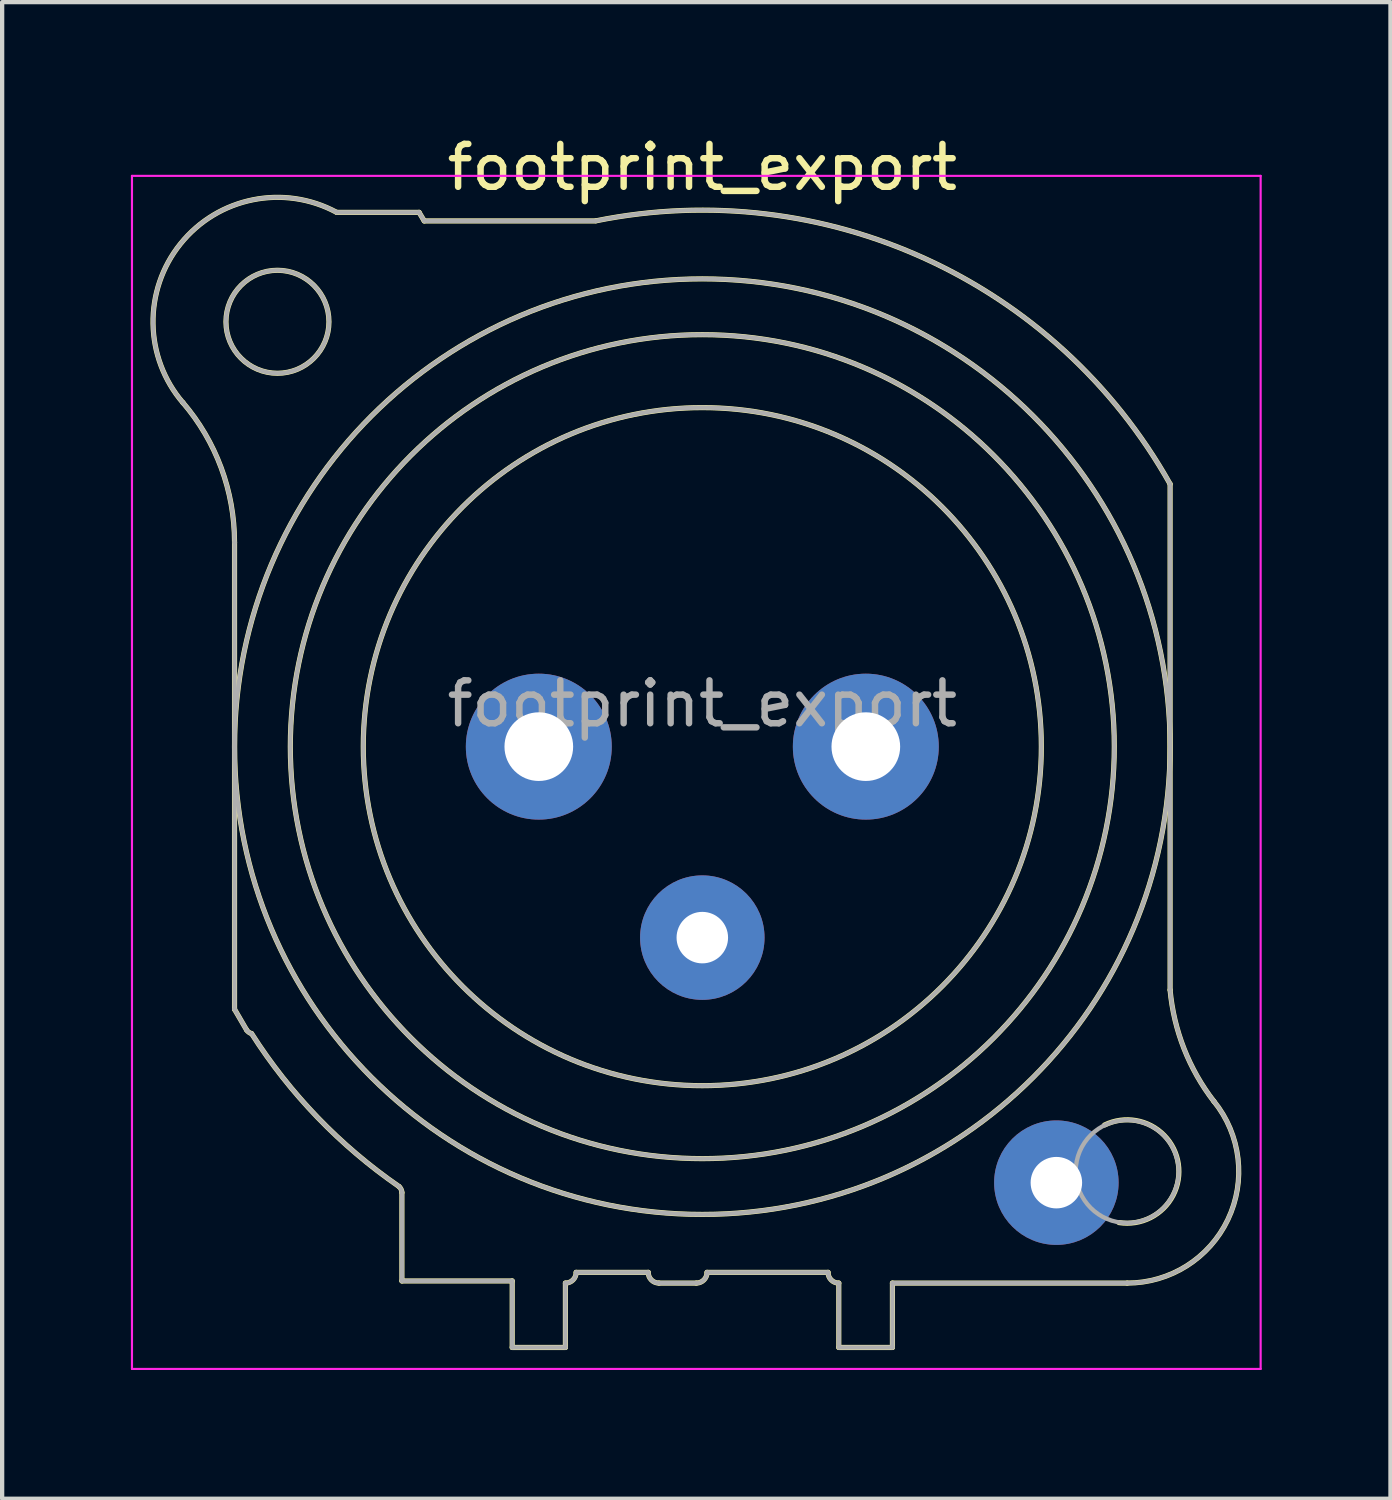
<source format=kicad_pcb>
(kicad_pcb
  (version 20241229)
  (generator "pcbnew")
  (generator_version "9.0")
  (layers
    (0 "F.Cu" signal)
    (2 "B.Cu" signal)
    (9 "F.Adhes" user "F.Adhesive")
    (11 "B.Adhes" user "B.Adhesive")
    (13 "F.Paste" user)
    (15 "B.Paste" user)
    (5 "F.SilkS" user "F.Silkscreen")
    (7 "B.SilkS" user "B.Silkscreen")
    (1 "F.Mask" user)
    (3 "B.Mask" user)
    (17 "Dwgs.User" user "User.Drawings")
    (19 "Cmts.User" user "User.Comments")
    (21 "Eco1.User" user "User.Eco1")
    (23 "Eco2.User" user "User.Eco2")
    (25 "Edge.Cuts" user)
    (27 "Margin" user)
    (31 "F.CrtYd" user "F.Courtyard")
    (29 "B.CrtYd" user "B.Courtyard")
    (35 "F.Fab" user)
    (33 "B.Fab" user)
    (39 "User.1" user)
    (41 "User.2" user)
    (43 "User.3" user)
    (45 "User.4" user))
  (footprint "footprint_export"
    (layer "F.Cu")
    (at 17.125 14.348)
    (property "Reference" "footprint_export" (at -3.81 -13.5 0) (layer "F.SilkS") (effects (font (size 1 1) (thickness 0.15))))
    (attr through_hole)
    (fp_line (start -14.71 -4.76) (end -14.71 6.12) (stroke (width 0.12) (type solid)) (layer "F.SilkS"))
    (fp_line (start -14.71 6.12) (end -14.43 6.6) (stroke (width 0.12) (type solid)) (layer "F.SilkS"))
    (fp_line (start -10.81 10.39) (end -10.81 12.45) (stroke (width 0.12) (type solid)) (layer "F.SilkS"))
    (fp_line (start -10.81 12.45) (end -8.24 12.45) (stroke (width 0.12) (type solid)) (layer "F.SilkS"))
    (fp_line (start -10.41 -12.45) (end -12.33 -12.45) (stroke (width 0.12) (type solid)) (layer "F.SilkS"))
    (fp_line (start -10.29 -12.25) (end -10.41 -12.45) (stroke (width 0.12) (type solid)) (layer "F.SilkS"))
    (fp_line (start -8.24 12.45) (end -8.24 14) (stroke (width 0.12) (type solid)) (layer "F.SilkS"))
    (fp_line (start -7 14) (end -8.24 14) (stroke (width 0.12) (type solid)) (layer "F.SilkS"))
    (fp_line (start -7 14) (end -7 12.5) (stroke (width 0.12) (type solid)) (layer "F.SilkS"))
    (fp_line (start -6.75 12.25) (end -5.07 12.25) (stroke (width 0.12) (type solid)) (layer "F.SilkS"))
    (fp_line (start -6.3 -12.25) (end -10.29 -12.25) (stroke (width 0.12) (type solid)) (layer "F.SilkS"))
    (fp_line (start -4.82 12.5) (end -3.95 12.5) (stroke (width 0.12) (type solid)) (layer "F.SilkS"))
    (fp_line (start -3.7 12.25) (end -0.88 12.25) (stroke (width 0.12) (type solid)) (layer "F.SilkS"))
    (fp_line (start -0.63 12.5) (end -0.63 14) (stroke (width 0.12) (type solid)) (layer "F.SilkS"))
    (fp_line (start 0.62 12.5) (end 6.09 12.5) (stroke (width 0.12) (type solid)) (layer "F.SilkS"))
    (fp_line (start 0.62 14) (end -0.63 14) (stroke (width 0.12) (type solid)) (layer "F.SilkS"))
    (fp_line (start 0.62 14) (end 0.62 12.5) (stroke (width 0.12) (type solid)) (layer "F.SilkS"))
    (fp_line (start 7.09 5.67) (end 7.09 -6.12) (stroke (width 0.12) (type solid)) (layer "F.SilkS"))
    (fp_arc (start -15.916051 -8.020379) (mid -15.021177 -6.498148) (end -14.71 -4.76) (stroke (width 0.12) (type solid)) (layer "F.SilkS"))
    (fp_arc (start -15.908884 -8.010077) (mid -15.967404 -11.719623) (end -12.33 -12.45) (stroke (width 0.12) (type solid)) (layer "F.SilkS"))
    (fp_arc (start -14.313753 6.685219) (mid -14.379716 6.653303) (end -14.43 6.6) (stroke (width 0.12) (type solid)) (layer "F.SilkS"))
    (fp_arc (start -10.879208 10.248532) (mid -12.772983 8.641241) (end -14.31 6.69) (stroke (width 0.12) (type solid)) (layer "F.SilkS"))
    (fp_arc (start -10.874359 10.252686) (mid -10.828679 10.315015) (end -10.81 10.39) (stroke (width 0.12) (type solid)) (layer "F.SilkS"))
    (fp_arc (start -6.75 12.25) (mid -6.823223 12.426777) (end -7 12.5) (stroke (width 0.12) (type solid)) (layer "F.SilkS"))
    (fp_arc (start -6.283571 -12.253402) (mid 1.401126 -11.362596) (end 7.09 -6.12) (stroke (width 0.12) (type solid)) (layer "F.SilkS"))
    (fp_arc (start -4.82 12.5) (mid -4.996777 12.426777) (end -5.07 12.25) (stroke (width 0.12) (type solid)) (layer "F.SilkS"))
    (fp_arc (start -3.7 12.25) (mid -3.773223 12.426777) (end -3.95 12.5) (stroke (width 0.12) (type solid)) (layer "F.SilkS"))
    (fp_arc (start -0.63 12.5) (mid -0.806777 12.426777) (end -0.88 12.25) (stroke (width 0.12) (type solid)) (layer "F.SilkS"))
    (fp_arc (start 5.563083 8.81623) (mid 7.282057 9.723366) (end 5.9 11.09) (stroke (width 0.12) (type solid)) (layer "F.SilkS"))
    (fp_arc (start 8.110579 8.263767) (mid 8.436721 11.019329) (end 6.09 12.5) (stroke (width 0.12) (type solid)) (layer "F.SilkS"))
    (fp_arc (start 8.111727 8.266808) (mid 7.416073 7.041111) (end 7.09 5.67) (stroke (width 0.12) (type solid)) (layer "F.SilkS"))
    (fp_circle (center -13.71 -9.9) (end -12.51 -9.9) (stroke (width 0.12) (type solid)) (fill no) (layer "F.SilkS"))
    (fp_circle (center -3.81 0) (end 4.09 0) (stroke (width 0.12) (type solid)) (fill no) (layer "F.SilkS"))
    (fp_circle (center -3.81 0) (end 5.79 0) (stroke (width 0.12) (type solid)) (fill no) (layer "F.SilkS"))
    (fp_circle (center -3.81 0) (end 7.09 0) (stroke (width 0.12) (type solid)) (fill no) (layer "F.SilkS"))
    (fp_line (start -17.1 -13.3) (end 9.2 -13.3) (stroke (width 0.05) (type solid)) (layer "F.CrtYd"))
    (fp_line (start -17.1 14.5) (end -17.1 -13.3) (stroke (width 0.05) (type solid)) (layer "F.CrtYd"))
    (fp_line (start 9.2 -13.3) (end 9.2 14.5) (stroke (width 0.05) (type solid)) (layer "F.CrtYd"))
    (fp_line (start 9.2 14.5) (end -17.1 14.5) (stroke (width 0.05) (type solid)) (layer "F.CrtYd"))
    (fp_line (start -14.71 -4.76) (end -14.71 6.12) (stroke (width 0.1) (type solid)) (layer "F.Fab"))
    (fp_line (start -14.71 6.12) (end -14.43 6.6) (stroke (width 0.1) (type solid)) (layer "F.Fab"))
    (fp_line (start -10.81 10.39) (end -10.81 12.45) (stroke (width 0.1) (type solid)) (layer "F.Fab"))
    (fp_line (start -10.81 12.45) (end -8.24 12.45) (stroke (width 0.1) (type solid)) (layer "F.Fab"))
    (fp_line (start -10.41 -12.45) (end -12.33 -12.45) (stroke (width 0.1) (type solid)) (layer "F.Fab"))
    (fp_line (start -10.29 -12.25) (end -10.41 -12.45) (stroke (width 0.1) (type solid)) (layer "F.Fab"))
    (fp_line (start -8.24 12.45) (end -8.24 14) (stroke (width 0.1) (type solid)) (layer "F.Fab"))
    (fp_line (start -7 14) (end -8.24 14) (stroke (width 0.1) (type solid)) (layer "F.Fab"))
    (fp_line (start -7 14) (end -7 12.5) (stroke (width 0.1) (type solid)) (layer "F.Fab"))
    (fp_line (start -6.75 12.25) (end -5.07 12.25) (stroke (width 0.1) (type solid)) (layer "F.Fab"))
    (fp_line (start -6.3 -12.25) (end -10.29 -12.25) (stroke (width 0.1) (type solid)) (layer "F.Fab"))
    (fp_line (start -4.82 12.5) (end -3.95 12.5) (stroke (width 0.1) (type solid)) (layer "F.Fab"))
    (fp_line (start -3.7 12.25) (end -0.88 12.25) (stroke (width 0.1) (type solid)) (layer "F.Fab"))
    (fp_line (start -0.63 12.5) (end -0.63 14) (stroke (width 0.1) (type solid)) (layer "F.Fab"))
    (fp_line (start 0.62 12.5) (end 6.09 12.5) (stroke (width 0.1) (type solid)) (layer "F.Fab"))
    (fp_line (start 0.62 14) (end -0.63 14) (stroke (width 0.1) (type solid)) (layer "F.Fab"))
    (fp_line (start 0.62 14) (end 0.62 12.5) (stroke (width 0.1) (type solid)) (layer "F.Fab"))
    (fp_line (start 7.09 5.67) (end 7.09 -6.12) (stroke (width 0.1) (type solid)) (layer "F.Fab"))
    (fp_arc (start -15.916051 -8.020379) (mid -15.021177 -6.498148) (end -14.71 -4.76) (stroke (width 0.1) (type solid)) (layer "F.Fab"))
    (fp_arc (start -15.908884 -8.010077) (mid -15.967404 -11.719623) (end -12.33 -12.45) (stroke (width 0.1) (type solid)) (layer "F.Fab"))
    (fp_arc (start -14.313753 6.685219) (mid -14.379716 6.653303) (end -14.43 6.6) (stroke (width 0.1) (type solid)) (layer "F.Fab"))
    (fp_arc (start -10.879208 10.248532) (mid -12.772983 8.641241) (end -14.31 6.69) (stroke (width 0.1) (type solid)) (layer "F.Fab"))
    (fp_arc (start -10.874359 10.252686) (mid -10.828679 10.315015) (end -10.81 10.39) (stroke (width 0.1) (type solid)) (layer "F.Fab"))
    (fp_arc (start -6.75 12.25) (mid -6.823223 12.426777) (end -7 12.5) (stroke (width 0.1) (type solid)) (layer "F.Fab"))
    (fp_arc (start -6.283571 -12.253402) (mid 1.401126 -11.362596) (end 7.09 -6.12) (stroke (width 0.1) (type solid)) (layer "F.Fab"))
    (fp_arc (start -4.82 12.5) (mid -4.996777 12.426777) (end -5.07 12.25) (stroke (width 0.1) (type solid)) (layer "F.Fab"))
    (fp_arc (start -3.7 12.25) (mid -3.773223 12.426777) (end -3.95 12.5) (stroke (width 0.1) (type solid)) (layer "F.Fab"))
    (fp_arc (start -0.63 12.5) (mid -0.806777 12.426777) (end -0.88 12.25) (stroke (width 0.1) (type solid)) (layer "F.Fab"))
    (fp_arc (start 8.110579 8.263767) (mid 8.436721 11.019329) (end 6.09 12.5) (stroke (width 0.1) (type solid)) (layer "F.Fab"))
    (fp_arc (start 8.111727 8.266808) (mid 7.416073 7.041111) (end 7.09 5.67) (stroke (width 0.1) (type solid)) (layer "F.Fab"))
    (fp_circle (center -13.71 -9.9) (end -12.51 -9.9) (stroke (width 0.1) (type solid)) (fill no) (layer "F.Fab"))
    (fp_circle (center -3.81 0) (end 4.09 0) (stroke (width 0.1) (type solid)) (fill no) (layer "F.Fab"))
    (fp_circle (center -3.81 0) (end 5.79 0) (stroke (width 0.1) (type solid)) (fill no) (layer "F.Fab"))
    (fp_circle (center -3.81 0) (end 7.09 0) (stroke (width 0.1) (type solid)) (fill no) (layer "F.Fab"))
    (fp_circle (center 6.09 9.9) (end 7.29 9.9) (stroke (width 0.1) (type solid)) (fill no) (layer "F.Fab"))
    (fp_text user "${REFERENCE}" (at -3.81 -1 0) (layer "F.Fab") (effects (font (size 1 1) (thickness 0.15))))
    (pad "1" thru_hole circle (at 0 0) (size 3.4 3.4) (drill 1.6) (layers "*.Cu" "*.Mask"))
    (pad "2" thru_hole circle (at -7.62 0) (size 3.4 3.4) (drill 1.6) (layers "*.Cu" "*.Mask"))
    (pad "3" thru_hole circle (at -3.81 4.45) (size 2.9 2.9) (drill 1.2) (layers "*.Cu" "*.Mask"))
    (pad "G" thru_hole circle (at 4.44 10.16) (size 2.9 2.9) (drill 1.2) (layers "*.Cu" "*.Mask")))
  (gr_rect
    (start -3 -3)
    (end 29.35 31.873)
    (stroke (width 0.1) (type default))
    (fill no)
    (layer "Edge.Cuts")))
</source>
